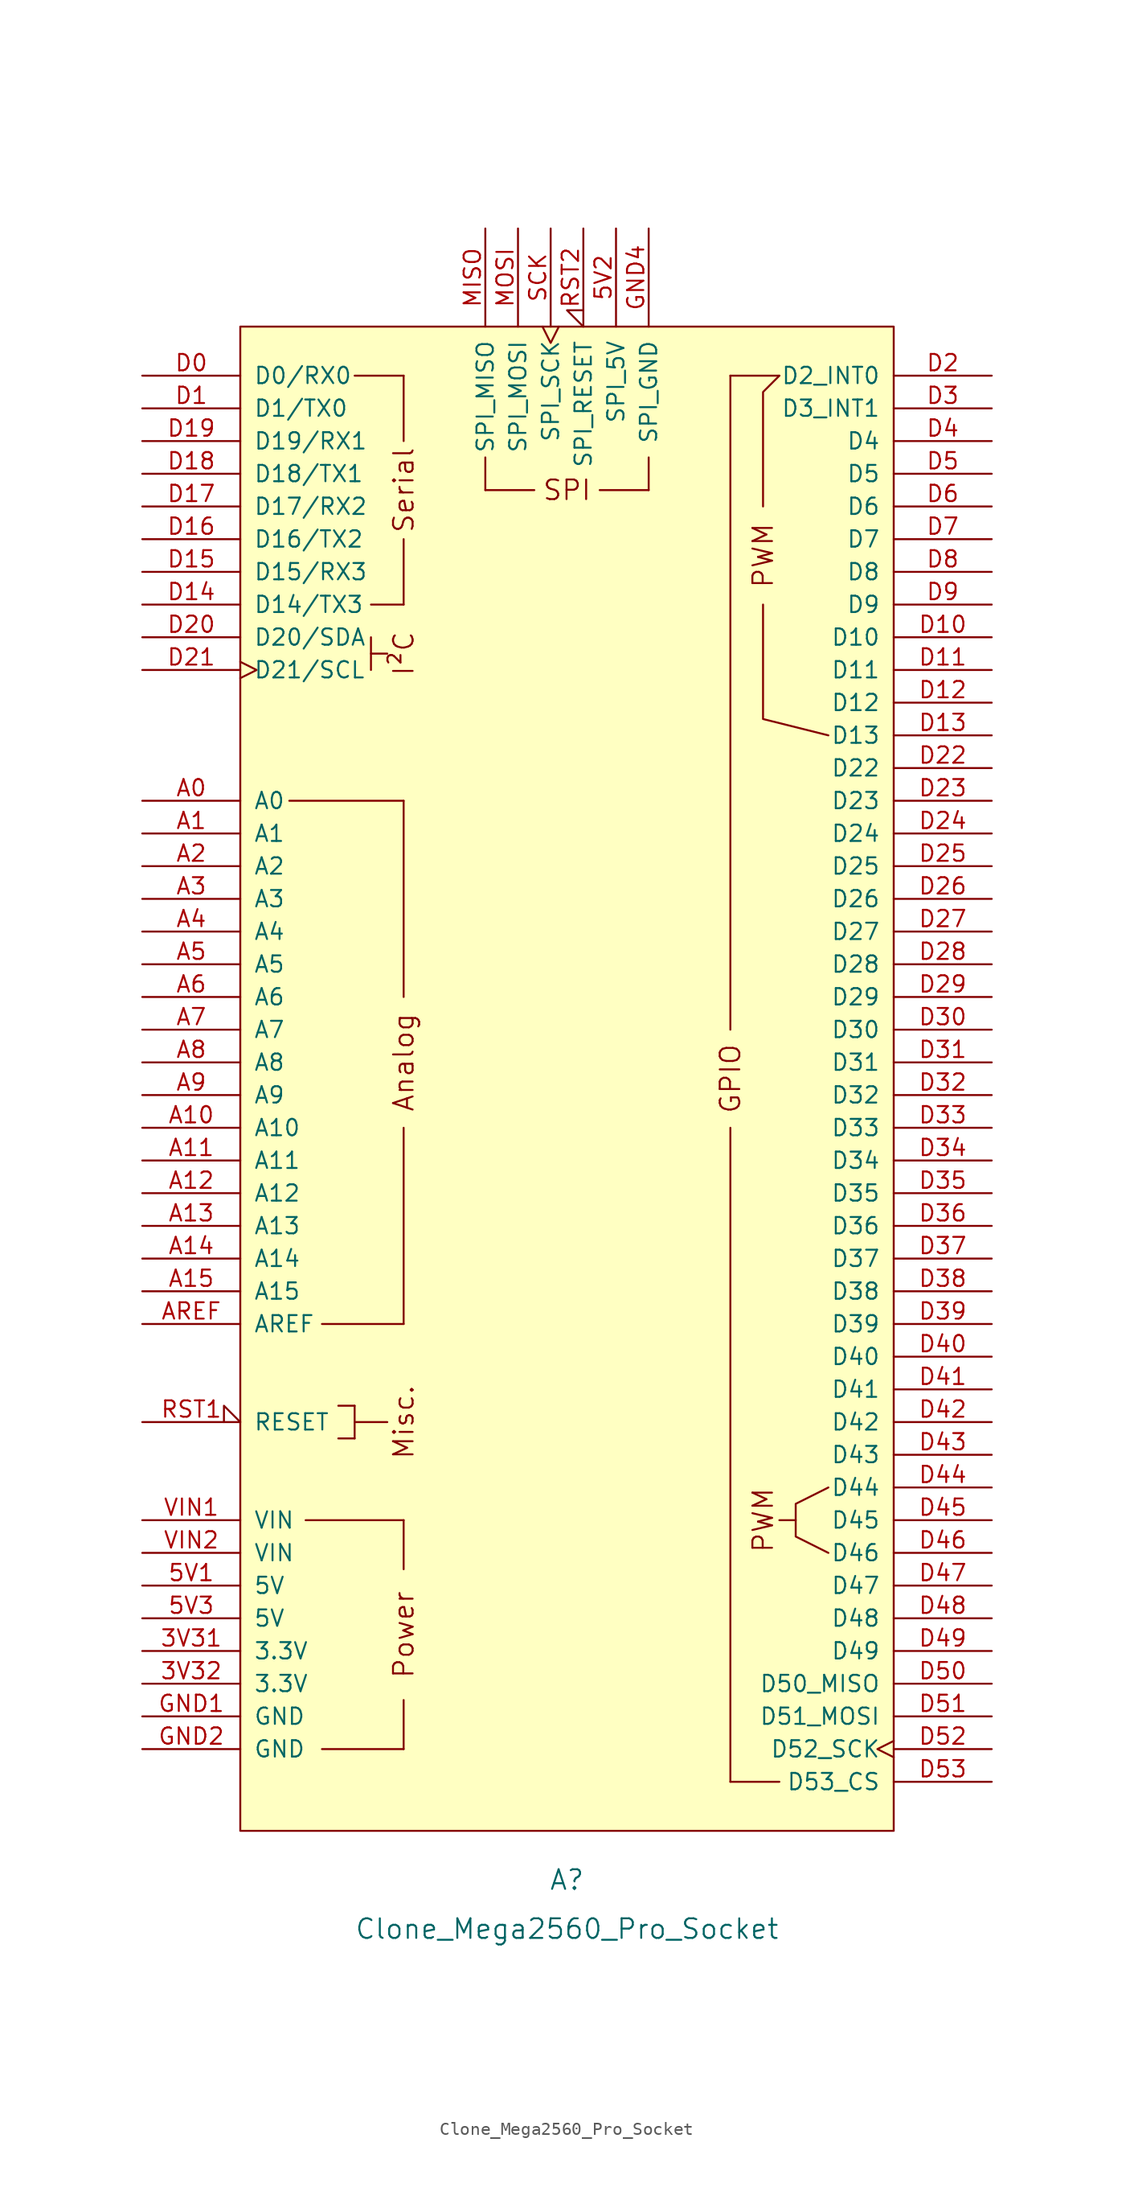
<source format=kicad_sym>
(kicad_symbol_lib
  (version 20241209)
  (generator "kicad_symbol_editor")
  (generator_version "9.0")
  (symbol "Clone_Mega2560_Pro_Socket"
    (pin_names
      (offset 1.016))
    (property "Reference" "A"
      (at 0 -62.23 0)
      (effects (font (size 1.524 1.524))))
    (property "Value" "Clone_Mega2560_Pro_Socket"
      (at 0 -66.04 0)
      (effects (font (size 1.524 1.524))))
    (symbol "Clone_Mega2560_Pro_Socket_0_0"
      (rectangle (start -25.4 -58.42) (end 25.4 58.42) (stroke (width 0) (type default)) (fill (type background)))
      (polyline (pts (xy -21.59 21.59) (xy -12.7 21.59)) (stroke (width 0) (type default)) (fill (type none)))
      (rectangle (start -20.32 -34.29) (end -12.7 -34.29) (stroke (width 0) (type default)) (fill (type none)))
      (rectangle (start -19.05 -19.05) (end -12.7 -19.05) (stroke (width 0) (type default)) (fill (type none)))
      (rectangle (start -19.05 -52.07) (end -12.7 -52.07) (stroke (width 0) (type default)) (fill (type none)))
      (rectangle (start -17.78 -25.4) (end -16.51 -25.4) (stroke (width 0) (type default)) (fill (type none)))
      (rectangle (start -17.78 -27.94) (end -16.51 -27.94) (stroke (width 0) (type default)) (fill (type none)))
      (rectangle (start -16.51 54.61) (end -12.7 54.61) (stroke (width 0) (type default)) (fill (type none)))
      (rectangle (start -16.51 -25.4) (end -16.51 -27.94) (stroke (width 0) (type default)) (fill (type none)))
      (rectangle (start -16.51 -26.67) (end -13.97 -26.67) (stroke (width 0) (type default)) (fill (type none)))
      (rectangle (start -15.24 36.83) (end -12.7 36.83) (stroke (width 0) (type default)) (fill (type none)))
      (rectangle (start -15.24 34.29) (end -15.24 31.75) (stroke (width 0) (type default)) (fill (type none)))
      (rectangle (start -15.24 33.02) (end -13.97 33.02) (stroke (width 0) (type default)) (fill (type none)))
      (rectangle (start -12.7 49.53) (end -12.7 54.61) (stroke (width 0) (type default)) (fill (type none)))
      (rectangle (start -12.7 41.91) (end -12.7 36.83) (stroke (width 0) (type default)) (fill (type none)))
      (polyline (pts (xy -12.7 6.35) (xy -12.7 21.59)) (stroke (width 0) (type default)) (fill (type none)))
      (polyline (pts (xy -12.7 -19.05) (xy -12.7 -3.81)) (stroke (width 0) (type default)) (fill (type none)))
      (rectangle (start -12.7 -34.29) (end -12.7 -38.1) (stroke (width 0) (type default)) (fill (type none)))
      (rectangle (start -12.7 -48.26) (end -12.7 -52.07) (stroke (width 0) (type default)) (fill (type none)))
      (rectangle (start -6.35 48.26) (end -6.35 45.72) (stroke (width 0) (type default)) (fill (type none)))
      (rectangle (start -2.54 45.72) (end -6.35 45.72) (stroke (width 0) (type default)) (fill (type none)))
      (rectangle (start 6.35 48.26) (end 6.35 45.72) (stroke (width 0) (type default)) (fill (type none)))
      (rectangle (start 6.35 45.72) (end 2.54 45.72) (stroke (width 0) (type default)) (fill (type none)))
      (polyline (pts (xy 12.7 54.61) (xy 16.51 54.61)) (stroke (width 0) (type default)) (fill (type none)))
      (polyline (pts (xy 12.7 -54.61) (xy 16.51 -54.61)) (stroke (width 0) (type default)) (fill (type none)))
      (polyline (pts (xy 15.24 44.45) (xy 15.24 53.34) (xy 16.51 54.61)) (stroke (width 0) (type default)) (fill (type none)))
      (polyline (pts (xy 15.24 36.83) (xy 15.24 27.94) (xy 20.32 26.67)) (stroke (width 0) (type default)) (fill (type none)))
      (polyline (pts (xy 17.78 -34.29) (xy 16.51 -34.29)) (stroke (width 0) (type default)) (fill (type none)))
      (polyline (pts (xy 20.32 -31.75) (xy 17.78 -33.02) (xy 17.78 -35.56) (xy 20.32 -36.83)) (stroke (width 0) (type default)) (fill (type none)))
      (text "Serial" (at -12.7 45.72 900) (effects (font (size 1.524 1.524))))
      (text "I²C" (at -12.7 33.02 900) (effects (font (size 1.524 1.524))))
      (text "Analog" (at -12.7 1.27 900) (effects (font (size 1.524 1.524))))
      (text "Misc." (at -12.7 -26.67 900) (effects (font (size 1.524 1.524))))
      (text "Power" (at -12.7 -43.18 900) (effects (font (size 1.524 1.524))))
      (text "SPI" (at 0 45.72 0) (effects (font (size 1.524 1.524))))
      (text "PWM" (at 15.24 40.64 900) (effects (font (size 1.524 1.524))))
      (text "PWM" (at 15.24 -34.29 900) (effects (font (size 1.524 1.524)))))
    (symbol "Clone_Mega2560_Pro_Socket_1_0"
      (rectangle (start 12.7 54.61) (end 12.7 3.81) (stroke (width 0) (type default)) (fill (type none)))
      (rectangle (start 12.7 -54.61) (end 12.7 -3.81) (stroke (width 0) (type default)) (fill (type none)))
      (text "GPIO" (at 12.7 0 900) (effects (font (size 1.524 1.524)))))
    (symbol "Clone_Mega2560_Pro_Socket_1_1"
      (pin bidirectional line (at -33.02 54.61 0) (length 7.62) (name "D0/RX0" (effects (font (size 1.27 1.27)))) (number "D0" (effects (font (size 1.27 1.27)))))
      (pin bidirectional line (at -33.02 52.07 0) (length 7.62) (name "D1/TX0" (effects (font (size 1.27 1.27)))) (number "D1" (effects (font (size 1.27 1.27)))))
      (pin bidirectional line (at -33.02 49.53 0) (length 7.62) (name "D19/RX1" (effects (font (size 1.27 1.27)))) (number "D19" (effects (font (size 1.27 1.27)))))
      (pin bidirectional line (at -33.02 46.99 0) (length 7.62) (name "D18/TX1" (effects (font (size 1.27 1.27)))) (number "D18" (effects (font (size 1.27 1.27)))))
      (pin bidirectional line (at -33.02 44.45 0) (length 7.62) (name "D17/RX2" (effects (font (size 1.27 1.27)))) (number "D17" (effects (font (size 1.27 1.27)))))
      (pin bidirectional line (at -33.02 41.91 0) (length 7.62) (name "D16/TX2" (effects (font (size 1.27 1.27)))) (number "D16" (effects (font (size 1.27 1.27)))))
      (pin bidirectional line (at -33.02 39.37 0) (length 7.62) (name "D15/RX3" (effects (font (size 1.27 1.27)))) (number "D15" (effects (font (size 1.27 1.27)))))
      (pin bidirectional line (at -33.02 36.83 0) (length 7.62) (name "D14/TX3" (effects (font (size 1.27 1.27)))) (number "D14" (effects (font (size 1.27 1.27)))))
      (pin bidirectional line (at -33.02 34.29 0) (length 7.62) (name "D20/SDA" (effects (font (size 1.27 1.27)))) (number "D20" (effects (font (size 1.27 1.27)))))
      (pin bidirectional clock (at -33.02 31.75 0) (length 7.62) (name "D21/SCL" (effects (font (size 1.27 1.27)))) (number "D21" (effects (font (size 1.27 1.27)))))
      (pin bidirectional line (at -33.02 21.59 0) (length 7.62) (name "A0" (effects (font (size 1.27 1.27)))) (number "A0" (effects (font (size 1.27 1.27)))))
      (pin bidirectional line (at -33.02 19.05 0) (length 7.62) (name "A1" (effects (font (size 1.27 1.27)))) (number "A1" (effects (font (size 1.27 1.27)))))
      (pin bidirectional line (at -33.02 16.51 0) (length 7.62) (name "A2" (effects (font (size 1.27 1.27)))) (number "A2" (effects (font (size 1.27 1.27)))))
      (pin bidirectional line (at -33.02 13.97 0) (length 7.62) (name "A3" (effects (font (size 1.27 1.27)))) (number "A3" (effects (font (size 1.27 1.27)))))
      (pin bidirectional line (at -33.02 11.43 0) (length 7.62) (name "A4" (effects (font (size 1.27 1.27)))) (number "A4" (effects (font (size 1.27 1.27)))))
      (pin bidirectional line (at -33.02 8.89 0) (length 7.62) (name "A5" (effects (font (size 1.27 1.27)))) (number "A5" (effects (font (size 1.27 1.27)))))
      (pin bidirectional line (at -33.02 6.35 0) (length 7.62) (name "A6" (effects (font (size 1.27 1.27)))) (number "A6" (effects (font (size 1.27 1.27)))))
      (pin bidirectional line (at -33.02 3.81 0) (length 7.62) (name "A7" (effects (font (size 1.27 1.27)))) (number "A7" (effects (font (size 1.27 1.27)))))
      (pin bidirectional line (at -33.02 1.27 0) (length 7.62) (name "A8" (effects (font (size 1.27 1.27)))) (number "A8" (effects (font (size 1.27 1.27)))))
      (pin bidirectional line (at -33.02 -1.27 0) (length 7.62) (name "A9" (effects (font (size 1.27 1.27)))) (number "A9" (effects (font (size 1.27 1.27)))))
      (pin bidirectional line (at -33.02 -3.81 0) (length 7.62) (name "A10" (effects (font (size 1.27 1.27)))) (number "A10" (effects (font (size 1.27 1.27)))))
      (pin bidirectional line (at -33.02 -6.35 0) (length 7.62) (name "A11" (effects (font (size 1.27 1.27)))) (number "A11" (effects (font (size 1.27 1.27)))))
      (pin bidirectional line (at -33.02 -8.89 0) (length 7.62) (name "A12" (effects (font (size 1.27 1.27)))) (number "A12" (effects (font (size 1.27 1.27)))))
      (pin bidirectional line (at -33.02 -11.43 0) (length 7.62) (name "A13" (effects (font (size 1.27 1.27)))) (number "A13" (effects (font (size 1.27 1.27)))))
      (pin bidirectional line (at -33.02 -13.97 0) (length 7.62) (name "A14" (effects (font (size 1.27 1.27)))) (number "A14" (effects (font (size 1.27 1.27)))))
      (pin bidirectional line (at -33.02 -16.51 0) (length 7.62) (name "A15" (effects (font (size 1.27 1.27)))) (number "A15" (effects (font (size 1.27 1.27)))))
      (pin input line (at -33.02 -19.05 0) (length 7.62) (name "AREF" (effects (font (size 1.27 1.27)))) (number "AREF" (effects (font (size 1.27 1.27)))))
      (pin open_collector input_low (at -33.02 -26.67 0) (length 7.62) (name "RESET" (effects (font (size 1.27 1.27)))) (number "RST1" (effects (font (size 1.27 1.27)))))
      (pin power_in line (at -33.02 -34.29 0) (length 7.62) (name "VIN" (effects (font (size 1.27 1.27)))) (number "VIN1" (effects (font (size 1.27 1.27)))))
      (pin power_in line (at -33.02 -36.83 0) (length 7.62) (name "VIN" (effects (font (size 1.27 1.27)))) (number "VIN2" (effects (font (size 1.27 1.27)))))
      (pin power_in line (at -33.02 -39.37 0) (length 7.62) (name "5V" (effects (font (size 1.27 1.27)))) (number "5V1" (effects (font (size 1.27 1.27)))))
      (pin power_in line (at -33.02 -41.91 0) (length 7.62) (name "5V" (effects (font (size 1.27 1.27)))) (number "5V3" (effects (font (size 1.27 1.27)))))
      (pin power_out line (at -33.02 -44.45 0) (length 7.62) (name "3.3V" (effects (font (size 1.27 1.27)))) (number "3V31" (effects (font (size 1.27 1.27)))))
      (pin power_out line (at -33.02 -46.99 0) (length 7.62) (name "3.3V" (effects (font (size 1.27 1.27)))) (number "3V32" (effects (font (size 1.27 1.27)))))
      (pin power_in line (at -33.02 -49.53 0) (length 7.62) (name "GND" (effects (font (size 1.27 1.27)))) (number "GND1" (effects (font (size 1.27 1.27)))))
      (pin power_in line (at -33.02 -52.07 0) (length 7.62) (name "GND" (effects (font (size 1.27 1.27)))) (number "GND2" (effects (font (size 1.27 1.27)))))
      (pin input line (at -6.35 66.04 270) (length 7.62) (name "SPI_MISO" (effects (font (size 1.27 1.27)))) (number "MISO" (effects (font (size 1.27 1.27)))))
      (pin output line (at -3.81 66.04 270) (length 7.62) (name "SPI_MOSI" (effects (font (size 1.27 1.27)))) (number "MOSI" (effects (font (size 1.27 1.27)))))
      (pin output clock (at -1.27 66.04 270) (length 7.62) (name "SPI_SCK" (effects (font (size 1.27 1.27)))) (number "SCK" (effects (font (size 1.27 1.27)))))
      (pin open_collector input_low (at 1.27 66.04 270) (length 7.62) (name "SPI_RESET" (effects (font (size 1.27 1.27)))) (number "RST2" (effects (font (size 1.27 1.27)))))
      (pin power_in line (at 3.81 66.04 270) (length 7.62) (name "SPI_5V" (effects (font (size 1.27 1.27)))) (number "5V2" (effects (font (size 1.27 1.27)))))
      (pin power_in line (at 6.35 66.04 270) (length 7.62) (name "SPI_GND" (effects (font (size 1.27 1.27)))) (number "GND4" (effects (font (size 1.27 1.27)))))
      (pin bidirectional line (at 33.02 54.61 180) (length 7.62) (name "D2_INT0" (effects (font (size 1.27 1.27)))) (number "D2" (effects (font (size 1.27 1.27)))))
      (pin bidirectional line (at 33.02 52.07 180) (length 7.62) (name "D3_INT1" (effects (font (size 1.27 1.27)))) (number "D3" (effects (font (size 1.27 1.27)))))
      (pin bidirectional line (at 33.02 49.53 180) (length 7.62) (name "D4" (effects (font (size 1.27 1.27)))) (number "D4" (effects (font (size 1.27 1.27)))))
      (pin bidirectional line (at 33.02 46.99 180) (length 7.62) (name "D5" (effects (font (size 1.27 1.27)))) (number "D5" (effects (font (size 1.27 1.27)))))
      (pin bidirectional line (at 33.02 44.45 180) (length 7.62) (name "D6" (effects (font (size 1.27 1.27)))) (number "D6" (effects (font (size 1.27 1.27)))))
      (pin bidirectional line (at 33.02 41.91 180) (length 7.62) (name "D7" (effects (font (size 1.27 1.27)))) (number "D7" (effects (font (size 1.27 1.27)))))
      (pin bidirectional line (at 33.02 39.37 180) (length 7.62) (name "D8" (effects (font (size 1.27 1.27)))) (number "D8" (effects (font (size 1.27 1.27)))))
      (pin bidirectional line (at 33.02 36.83 180) (length 7.62) (name "D9" (effects (font (size 1.27 1.27)))) (number "D9" (effects (font (size 1.27 1.27)))))
      (pin bidirectional line (at 33.02 34.29 180) (length 7.62) (name "D10" (effects (font (size 1.27 1.27)))) (number "D10" (effects (font (size 1.27 1.27)))))
      (pin bidirectional line (at 33.02 31.75 180) (length 7.62) (name "D11" (effects (font (size 1.27 1.27)))) (number "D11" (effects (font (size 1.27 1.27)))))
      (pin bidirectional line (at 33.02 29.21 180) (length 7.62) (name "D12" (effects (font (size 1.27 1.27)))) (number "D12" (effects (font (size 1.27 1.27)))))
      (pin bidirectional line (at 33.02 26.67 180) (length 7.62) (name "D13" (effects (font (size 1.27 1.27)))) (number "D13" (effects (font (size 1.27 1.27)))))
      (pin bidirectional line (at 33.02 24.13 180) (length 7.62) (name "D22" (effects (font (size 1.27 1.27)))) (number "D22" (effects (font (size 1.27 1.27)))))
      (pin bidirectional line (at 33.02 21.59 180) (length 7.62) (name "D23" (effects (font (size 1.27 1.27)))) (number "D23" (effects (font (size 1.27 1.27)))))
      (pin bidirectional line (at 33.02 19.05 180) (length 7.62) (name "D24" (effects (font (size 1.27 1.27)))) (number "D24" (effects (font (size 1.27 1.27)))))
      (pin bidirectional line (at 33.02 16.51 180) (length 7.62) (name "D25" (effects (font (size 1.27 1.27)))) (number "D25" (effects (font (size 1.27 1.27)))))
      (pin bidirectional line (at 33.02 13.97 180) (length 7.62) (name "D26" (effects (font (size 1.27 1.27)))) (number "D26" (effects (font (size 1.27 1.27)))))
      (pin bidirectional line (at 33.02 11.43 180) (length 7.62) (name "D27" (effects (font (size 1.27 1.27)))) (number "D27" (effects (font (size 1.27 1.27)))))
      (pin bidirectional line (at 33.02 8.89 180) (length 7.62) (name "D28" (effects (font (size 1.27 1.27)))) (number "D28" (effects (font (size 1.27 1.27)))))
      (pin bidirectional line (at 33.02 6.35 180) (length 7.62) (name "D29" (effects (font (size 1.27 1.27)))) (number "D29" (effects (font (size 1.27 1.27)))))
      (pin bidirectional line (at 33.02 3.81 180) (length 7.62) (name "D30" (effects (font (size 1.27 1.27)))) (number "D30" (effects (font (size 1.27 1.27)))))
      (pin bidirectional line (at 33.02 1.27 180) (length 7.62) (name "D31" (effects (font (size 1.27 1.27)))) (number "D31" (effects (font (size 1.27 1.27)))))
      (pin bidirectional line (at 33.02 -1.27 180) (length 7.62) (name "D32" (effects (font (size 1.27 1.27)))) (number "D32" (effects (font (size 1.27 1.27)))))
      (pin bidirectional line (at 33.02 -3.81 180) (length 7.62) (name "D33" (effects (font (size 1.27 1.27)))) (number "D33" (effects (font (size 1.27 1.27)))))
      (pin bidirectional line (at 33.02 -6.35 180) (length 7.62) (name "D34" (effects (font (size 1.27 1.27)))) (number "D34" (effects (font (size 1.27 1.27)))))
      (pin bidirectional line (at 33.02 -8.89 180) (length 7.62) (name "D35" (effects (font (size 1.27 1.27)))) (number "D35" (effects (font (size 1.27 1.27)))))
      (pin bidirectional line (at 33.02 -11.43 180) (length 7.62) (name "D36" (effects (font (size 1.27 1.27)))) (number "D36" (effects (font (size 1.27 1.27)))))
      (pin bidirectional line (at 33.02 -13.97 180) (length 7.62) (name "D37" (effects (font (size 1.27 1.27)))) (number "D37" (effects (font (size 1.27 1.27)))))
      (pin bidirectional line (at 33.02 -16.51 180) (length 7.62) (name "D38" (effects (font (size 1.27 1.27)))) (number "D38" (effects (font (size 1.27 1.27)))))
      (pin bidirectional line (at 33.02 -19.05 180) (length 7.62) (name "D39" (effects (font (size 1.27 1.27)))) (number "D39" (effects (font (size 1.27 1.27)))))
      (pin bidirectional line (at 33.02 -21.59 180) (length 7.62) (name "D40" (effects (font (size 1.27 1.27)))) (number "D40" (effects (font (size 1.27 1.27)))))
      (pin bidirectional line (at 33.02 -24.13 180) (length 7.62) (name "D41" (effects (font (size 1.27 1.27)))) (number "D41" (effects (font (size 1.27 1.27)))))
      (pin bidirectional line (at 33.02 -26.67 180) (length 7.62) (name "D42" (effects (font (size 1.27 1.27)))) (number "D42" (effects (font (size 1.27 1.27)))))
      (pin bidirectional line (at 33.02 -29.21 180) (length 7.62) (name "D43" (effects (font (size 1.27 1.27)))) (number "D43" (effects (font (size 1.27 1.27)))))
      (pin bidirectional line (at 33.02 -31.75 180) (length 7.62) (name "D44" (effects (font (size 1.27 1.27)))) (number "D44" (effects (font (size 1.27 1.27)))))
      (pin bidirectional line (at 33.02 -34.29 180) (length 7.62) (name "D45" (effects (font (size 1.27 1.27)))) (number "D45" (effects (font (size 1.27 1.27)))))
      (pin bidirectional line (at 33.02 -36.83 180) (length 7.62) (name "D46" (effects (font (size 1.27 1.27)))) (number "D46" (effects (font (size 1.27 1.27)))))
      (pin bidirectional line (at 33.02 -39.37 180) (length 7.62) (name "D47" (effects (font (size 1.27 1.27)))) (number "D47" (effects (font (size 1.27 1.27)))))
      (pin bidirectional line (at 33.02 -41.91 180) (length 7.62) (name "D48" (effects (font (size 1.27 1.27)))) (number "D48" (effects (font (size 1.27 1.27)))))
      (pin bidirectional line (at 33.02 -44.45 180) (length 7.62) (name "D49" (effects (font (size 1.27 1.27)))) (number "D49" (effects (font (size 1.27 1.27)))))
      (pin bidirectional line (at 33.02 -46.99 180) (length 7.62) (name "D50_MISO" (effects (font (size 1.27 1.27)))) (number "D50" (effects (font (size 1.27 1.27)))))
      (pin bidirectional line (at 33.02 -49.53 180) (length 7.62) (name "D51_MOSI" (effects (font (size 1.27 1.27)))) (number "D51" (effects (font (size 1.27 1.27)))))
      (pin bidirectional clock (at 33.02 -52.07 180) (length 7.62) (name "D52_SCK" (effects (font (size 1.27 1.27)))) (number "D52" (effects (font (size 1.27 1.27)))))
      (pin bidirectional line (at 33.02 -54.61 180) (length 7.62) (name "D53_CS" (effects (font (size 1.27 1.27)))) (number "D53" (effects (font (size 1.27 1.27))))))))
</source>
